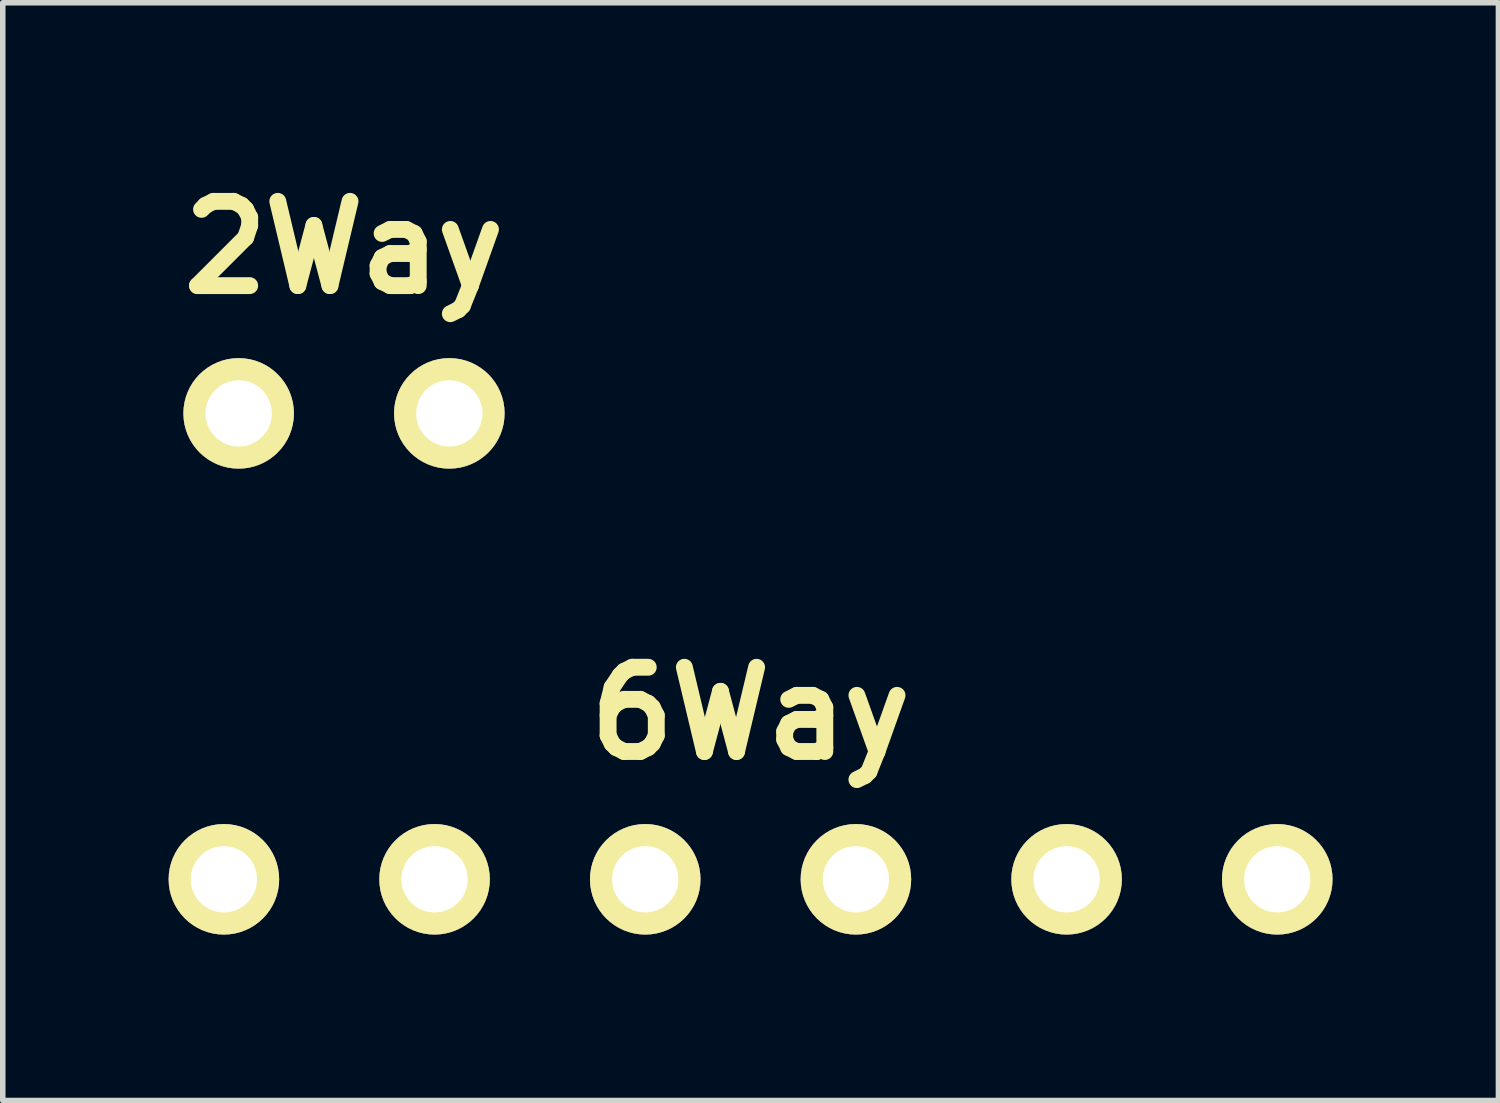
<source format=kicad_pcb>
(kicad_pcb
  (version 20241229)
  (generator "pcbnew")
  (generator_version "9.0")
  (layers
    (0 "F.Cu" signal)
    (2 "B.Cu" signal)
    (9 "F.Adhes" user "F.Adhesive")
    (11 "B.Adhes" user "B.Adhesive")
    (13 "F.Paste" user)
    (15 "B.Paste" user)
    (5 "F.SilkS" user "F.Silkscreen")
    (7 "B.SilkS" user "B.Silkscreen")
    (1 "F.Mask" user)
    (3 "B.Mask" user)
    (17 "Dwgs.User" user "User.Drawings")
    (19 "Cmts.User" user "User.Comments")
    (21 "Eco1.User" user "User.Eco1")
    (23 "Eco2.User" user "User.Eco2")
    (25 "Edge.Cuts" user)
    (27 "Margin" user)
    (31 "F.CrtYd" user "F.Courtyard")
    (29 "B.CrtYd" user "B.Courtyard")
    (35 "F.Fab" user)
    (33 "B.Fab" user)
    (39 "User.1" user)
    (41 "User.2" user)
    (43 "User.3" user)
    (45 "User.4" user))
  (footprint "2Way"
    (layer "F.Cu")
    (at 3.171 4.426)
    (property "Reference" "2Way" (at 0 -3 0) (layer "F.SilkS") (effects (font (size 1.524 1.524) (thickness 0.305))))
    (attr through_hole)
    (pad "1" thru_hole circle (at -1.905 0) (size 1.999 1.999) (drill 1.199) (layers "*.Cu" "*.Mask" "F.SilkS"))
    (pad "2" thru_hole circle (at 1.905 0) (size 1.999 1.999) (drill 1.199) (layers "*.Cu" "*.Mask" "F.SilkS")))
  (footprint "6Way"
    (layer "F.Cu")
    (at 10.524 12.852)
    (property "Reference" "6Way" (at 0 -3 0) (layer "F.SilkS") (effects (font (size 1.524 1.524) (thickness 0.305))))
    (attr through_hole)
    (pad "1" thru_hole circle (at -9.525 0) (size 1.999 1.999) (drill 1.199) (layers "*.Cu" "*.Mask" "F.SilkS"))
    (pad "2" thru_hole circle (at -5.715 0) (size 1.999 1.999) (drill 1.199) (layers "*.Cu" "*.Mask" "F.SilkS"))
    (pad "3" thru_hole circle (at -1.905 0) (size 1.999 1.999) (drill 1.199) (layers "*.Cu" "*.Mask" "F.SilkS"))
    (pad "4" thru_hole circle (at 1.905 0) (size 1.999 1.999) (drill 1.199) (layers "*.Cu" "*.Mask" "F.SilkS"))
    (pad "5" thru_hole circle (at 5.715 0) (size 1.999 1.999) (drill 1.199) (layers "*.Cu" "*.Mask" "F.SilkS"))
    (pad "6" thru_hole circle (at 9.525 0) (size 1.999 1.999) (drill 1.199) (layers "*.Cu" "*.Mask" "F.SilkS")))
  (gr_rect
    (start -3 -3)
    (end 24.049 16.852)
    (stroke (width 0.1) (type default))
    (fill no)
    (layer "Edge.Cuts")))
</source>
